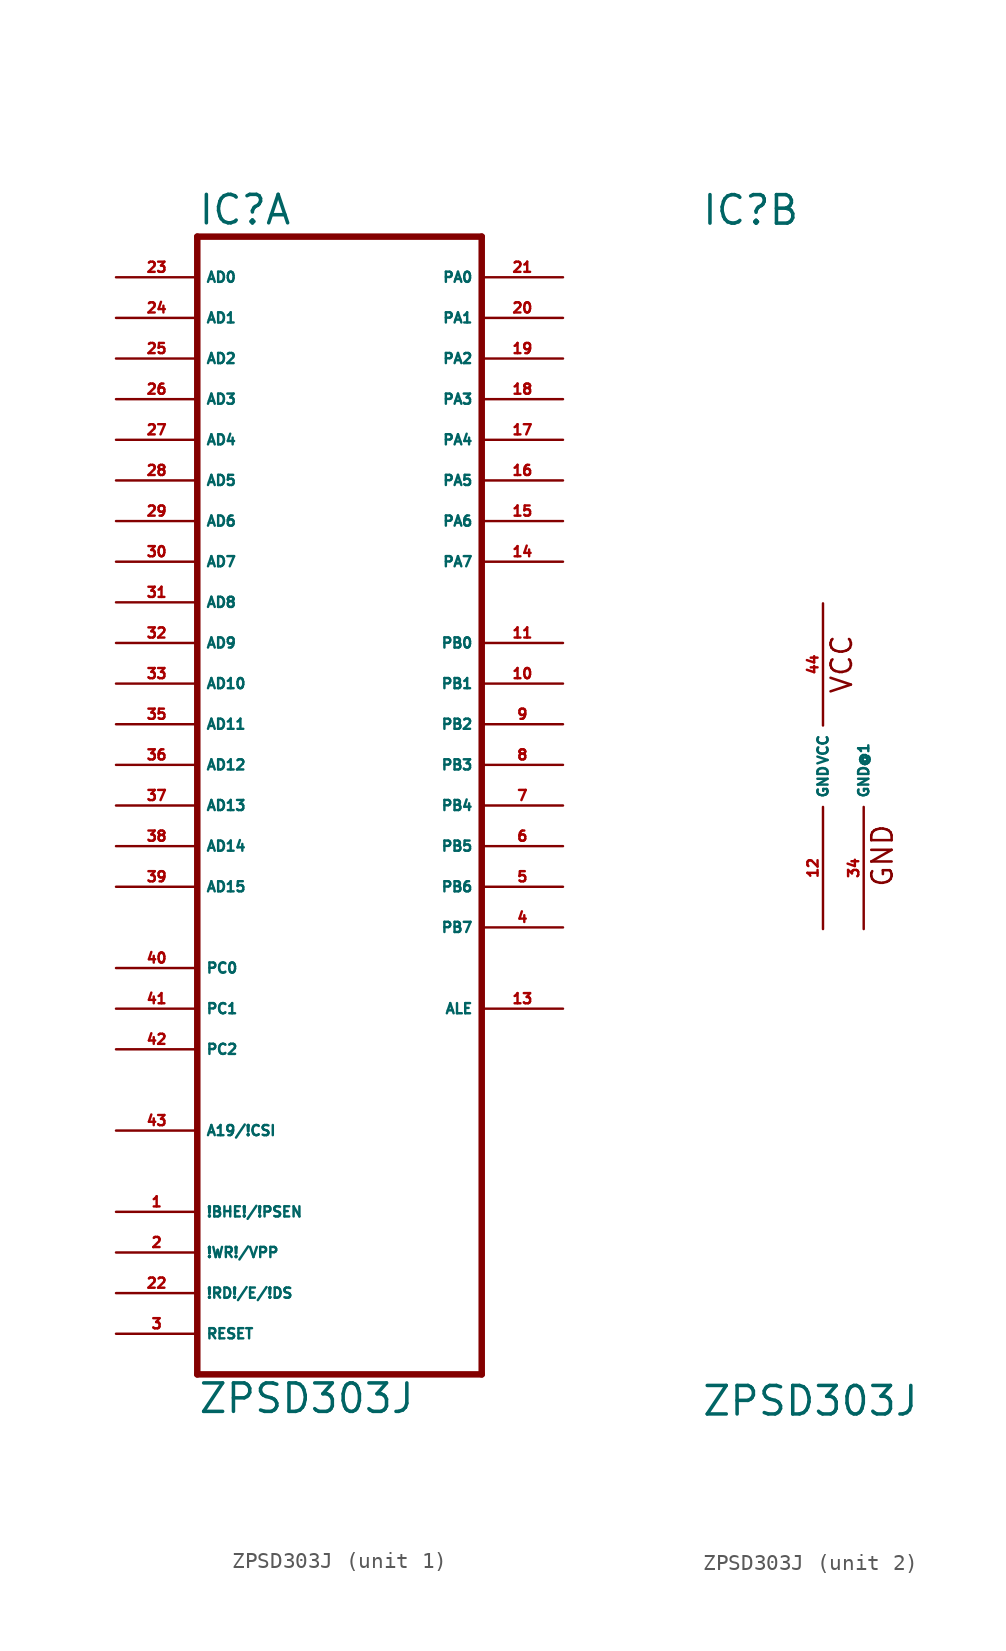
<source format=kicad_sym>
(kicad_symbol_lib
  (version 20220914)
  (generator Eagle2Kicad)
  (symbol "ZPSD303J"
    (property "Reference" "IC"
      (at -7.62 33.655 0)
      (effects (font (size 1.778 1.778) (thickness 0.22)) (justify left bottom)))
    (property "Value" "ZPSD303J"
      (at -7.62 -40.64 0)
      (effects (font (size 1.778 1.778) (thickness 0.22)) (justify left bottom)))
    (symbol "ZPSD303J_1_0"
      (polyline (pts (xy -7.62 -38.1) (xy 10.16 -38.1)) (stroke (width 0.406) (type default)) (fill (type none)))
      (polyline (pts (xy 10.16 -38.1) (xy 10.16 33.02)) (stroke (width 0.406) (type default)) (fill (type none)))
      (polyline (pts (xy 10.16 33.02) (xy -7.62 33.02)) (stroke (width 0.406) (type default)) (fill (type none)))
      (polyline (pts (xy -7.62 33.02) (xy -7.62 -38.1)) (stroke (width 0.406) (type default)) (fill (type none)))
      (pin input line (at -12.7 30.48 0) (length 5.08) (name "AD0" (effects (font (size 0.635 0.635) (thickness 0.08)) (justify left bottom))) (number "23" (effects (font (size 0.635 0.635) (thickness 0.08)) (justify left bottom))))
      (pin input line (at -12.7 27.94 0) (length 5.08) (name "AD1" (effects (font (size 0.635 0.635) (thickness 0.08)) (justify left bottom))) (number "24" (effects (font (size 0.635 0.635) (thickness 0.08)) (justify left bottom))))
      (pin input line (at -12.7 25.4 0) (length 5.08) (name "AD2" (effects (font (size 0.635 0.635) (thickness 0.08)) (justify left bottom))) (number "25" (effects (font (size 0.635 0.635) (thickness 0.08)) (justify left bottom))))
      (pin input line (at -12.7 22.86 0) (length 5.08) (name "AD3" (effects (font (size 0.635 0.635) (thickness 0.08)) (justify left bottom))) (number "26" (effects (font (size 0.635 0.635) (thickness 0.08)) (justify left bottom))))
      (pin input line (at -12.7 20.32 0) (length 5.08) (name "AD4" (effects (font (size 0.635 0.635) (thickness 0.08)) (justify left bottom))) (number "27" (effects (font (size 0.635 0.635) (thickness 0.08)) (justify left bottom))))
      (pin input line (at -12.7 17.78 0) (length 5.08) (name "AD5" (effects (font (size 0.635 0.635) (thickness 0.08)) (justify left bottom))) (number "28" (effects (font (size 0.635 0.635) (thickness 0.08)) (justify left bottom))))
      (pin input line (at -12.7 15.24 0) (length 5.08) (name "AD6" (effects (font (size 0.635 0.635) (thickness 0.08)) (justify left bottom))) (number "29" (effects (font (size 0.635 0.635) (thickness 0.08)) (justify left bottom))))
      (pin input line (at -12.7 12.7 0) (length 5.08) (name "AD7" (effects (font (size 0.635 0.635) (thickness 0.08)) (justify left bottom))) (number "30" (effects (font (size 0.635 0.635) (thickness 0.08)) (justify left bottom))))
      (pin input line (at -12.7 10.16 0) (length 5.08) (name "AD8" (effects (font (size 0.635 0.635) (thickness 0.08)) (justify left bottom))) (number "31" (effects (font (size 0.635 0.635) (thickness 0.08)) (justify left bottom))))
      (pin input line (at -12.7 7.62 0) (length 5.08) (name "AD9" (effects (font (size 0.635 0.635) (thickness 0.08)) (justify left bottom))) (number "32" (effects (font (size 0.635 0.635) (thickness 0.08)) (justify left bottom))))
      (pin input line (at -12.7 5.08 0) (length 5.08) (name "AD10" (effects (font (size 0.635 0.635) (thickness 0.08)) (justify left bottom))) (number "33" (effects (font (size 0.635 0.635) (thickness 0.08)) (justify left bottom))))
      (pin input line (at -12.7 2.54 0) (length 5.08) (name "AD11" (effects (font (size 0.635 0.635) (thickness 0.08)) (justify left bottom))) (number "35" (effects (font (size 0.635 0.635) (thickness 0.08)) (justify left bottom))))
      (pin input line (at -12.7 0 0) (length 5.08) (name "AD12" (effects (font (size 0.635 0.635) (thickness 0.08)) (justify left bottom))) (number "36" (effects (font (size 0.635 0.635) (thickness 0.08)) (justify left bottom))))
      (pin input line (at -12.7 -2.54 0) (length 5.08) (name "AD13" (effects (font (size 0.635 0.635) (thickness 0.08)) (justify left bottom))) (number "37" (effects (font (size 0.635 0.635) (thickness 0.08)) (justify left bottom))))
      (pin input line (at -12.7 -5.08 0) (length 5.08) (name "AD14" (effects (font (size 0.635 0.635) (thickness 0.08)) (justify left bottom))) (number "38" (effects (font (size 0.635 0.635) (thickness 0.08)) (justify left bottom))))
      (pin input line (at -12.7 -7.62 0) (length 5.08) (name "AD15" (effects (font (size 0.635 0.635) (thickness 0.08)) (justify left bottom))) (number "39" (effects (font (size 0.635 0.635) (thickness 0.08)) (justify left bottom))))
      (pin input line (at -12.7 -12.7 0) (length 5.08) (name "PC0" (effects (font (size 0.635 0.635) (thickness 0.08)) (justify left bottom))) (number "40" (effects (font (size 0.635 0.635) (thickness 0.08)) (justify left bottom))))
      (pin input line (at -12.7 -15.24 0) (length 5.08) (name "PC1" (effects (font (size 0.635 0.635) (thickness 0.08)) (justify left bottom))) (number "41" (effects (font (size 0.635 0.635) (thickness 0.08)) (justify left bottom))))
      (pin input line (at -12.7 -17.78 0) (length 5.08) (name "PC2" (effects (font (size 0.635 0.635) (thickness 0.08)) (justify left bottom))) (number "42" (effects (font (size 0.635 0.635) (thickness 0.08)) (justify left bottom))))
      (pin input line (at -12.7 -22.86 0) (length 5.08) (name "A19/!CSI" (effects (font (size 0.635 0.635) (thickness 0.08)) (justify left bottom))) (number "43" (effects (font (size 0.635 0.635) (thickness 0.08)) (justify left bottom))))
      (pin bidirectional line (at 15.24 30.48 180) (length 5.08) (name "PA0" (effects (font (size 0.635 0.635) (thickness 0.08)) (justify left bottom))) (number "21" (effects (font (size 0.635 0.635) (thickness 0.08)) (justify left bottom))))
      (pin bidirectional line (at 15.24 27.94 180) (length 5.08) (name "PA1" (effects (font (size 0.635 0.635) (thickness 0.08)) (justify left bottom))) (number "20" (effects (font (size 0.635 0.635) (thickness 0.08)) (justify left bottom))))
      (pin bidirectional line (at 15.24 25.4 180) (length 5.08) (name "PA2" (effects (font (size 0.635 0.635) (thickness 0.08)) (justify left bottom))) (number "19" (effects (font (size 0.635 0.635) (thickness 0.08)) (justify left bottom))))
      (pin bidirectional line (at 15.24 22.86 180) (length 5.08) (name "PA3" (effects (font (size 0.635 0.635) (thickness 0.08)) (justify left bottom))) (number "18" (effects (font (size 0.635 0.635) (thickness 0.08)) (justify left bottom))))
      (pin bidirectional line (at 15.24 20.32 180) (length 5.08) (name "PA4" (effects (font (size 0.635 0.635) (thickness 0.08)) (justify left bottom))) (number "17" (effects (font (size 0.635 0.635) (thickness 0.08)) (justify left bottom))))
      (pin bidirectional line (at 15.24 17.78 180) (length 5.08) (name "PA5" (effects (font (size 0.635 0.635) (thickness 0.08)) (justify left bottom))) (number "16" (effects (font (size 0.635 0.635) (thickness 0.08)) (justify left bottom))))
      (pin bidirectional line (at 15.24 15.24 180) (length 5.08) (name "PA6" (effects (font (size 0.635 0.635) (thickness 0.08)) (justify left bottom))) (number "15" (effects (font (size 0.635 0.635) (thickness 0.08)) (justify left bottom))))
      (pin bidirectional line (at 15.24 12.7 180) (length 5.08) (name "PA7" (effects (font (size 0.635 0.635) (thickness 0.08)) (justify left bottom))) (number "14" (effects (font (size 0.635 0.635) (thickness 0.08)) (justify left bottom))))
      (pin output line (at 15.24 7.62 180) (length 5.08) (name "PB0" (effects (font (size 0.635 0.635) (thickness 0.08)) (justify left bottom))) (number "11" (effects (font (size 0.635 0.635) (thickness 0.08)) (justify left bottom))))
      (pin output line (at 15.24 5.08 180) (length 5.08) (name "PB1" (effects (font (size 0.635 0.635) (thickness 0.08)) (justify left bottom))) (number "10" (effects (font (size 0.635 0.635) (thickness 0.08)) (justify left bottom))))
      (pin output line (at 15.24 2.54 180) (length 5.08) (name "PB2" (effects (font (size 0.635 0.635) (thickness 0.08)) (justify left bottom))) (number "9" (effects (font (size 0.635 0.635) (thickness 0.08)) (justify left bottom))))
      (pin output line (at 15.24 0 180) (length 5.08) (name "PB3" (effects (font (size 0.635 0.635) (thickness 0.08)) (justify left bottom))) (number "8" (effects (font (size 0.635 0.635) (thickness 0.08)) (justify left bottom))))
      (pin output line (at 15.24 -2.54 180) (length 5.08) (name "PB4" (effects (font (size 0.635 0.635) (thickness 0.08)) (justify left bottom))) (number "7" (effects (font (size 0.635 0.635) (thickness 0.08)) (justify left bottom))))
      (pin output line (at 15.24 -5.08 180) (length 5.08) (name "PB5" (effects (font (size 0.635 0.635) (thickness 0.08)) (justify left bottom))) (number "6" (effects (font (size 0.635 0.635) (thickness 0.08)) (justify left bottom))))
      (pin output line (at 15.24 -7.62 180) (length 5.08) (name "PB6" (effects (font (size 0.635 0.635) (thickness 0.08)) (justify left bottom))) (number "5" (effects (font (size 0.635 0.635) (thickness 0.08)) (justify left bottom))))
      (pin output line (at 15.24 -10.16 180) (length 5.08) (name "PB7" (effects (font (size 0.635 0.635) (thickness 0.08)) (justify left bottom))) (number "4" (effects (font (size 0.635 0.635) (thickness 0.08)) (justify left bottom))))
      (pin output line (at 15.24 -15.24 180) (length 5.08) (name "ALE" (effects (font (size 0.635 0.635) (thickness 0.08)) (justify left bottom))) (number "13" (effects (font (size 0.635 0.635) (thickness 0.08)) (justify left bottom))))
      (pin input line (at -12.7 -27.94 0) (length 5.08) (name "!BHE!/!PSEN" (effects (font (size 0.635 0.635) (thickness 0.08)) (justify left bottom))) (number "1" (effects (font (size 0.635 0.635) (thickness 0.08)) (justify left bottom))))
      (pin input line (at -12.7 -30.48 0) (length 5.08) (name "!WR!/VPP" (effects (font (size 0.635 0.635) (thickness 0.08)) (justify left bottom))) (number "2" (effects (font (size 0.635 0.635) (thickness 0.08)) (justify left bottom))))
      (pin input line (at -12.7 -33.02 0) (length 5.08) (name "!RD!/E/!DS" (effects (font (size 0.635 0.635) (thickness 0.08)) (justify left bottom))) (number "22" (effects (font (size 0.635 0.635) (thickness 0.08)) (justify left bottom))))
      (pin input line (at -12.7 -35.56 0) (length 5.08) (name "RESET" (effects (font (size 0.635 0.635) (thickness 0.08)) (justify left bottom))) (number "3" (effects (font (size 0.635 0.635) (thickness 0.08)) (justify left bottom)))))
    (symbol "ZPSD303J_2_0"
      (text "VCC" (at 1.905 4.445 900) (effects (font (size 1.27 1.27) (thickness 0.16)) (justify left bottom)))
      (text "GND" (at 4.445 -7.62 900) (effects (font (size 1.27 1.27) (thickness 0.16)) (justify left bottom)))
      (pin unspecified line (at 0 10.16 270) (length 7.62) (name "VCC" (effects (font (size 0.635 0.635) (thickness 0.08)) (justify left bottom))) (number "44" (effects (font (size 0.635 0.635) (thickness 0.08)) (justify left bottom))))
      (pin unspecified line (at 0 -10.16 90) (length 7.62) (name "GND" (effects (font (size 0.635 0.635) (thickness 0.08)) (justify left bottom))) (number "12" (effects (font (size 0.635 0.635) (thickness 0.08)) (justify left bottom))))
      (pin unspecified line (at 2.54 -10.16 90) (length 7.62) (name "GND@1" (effects (font (size 0.635 0.635) (thickness 0.08)) (justify left bottom))) (number "34" (effects (font (size 0.635 0.635) (thickness 0.08)) (justify left bottom)))))))
</source>
